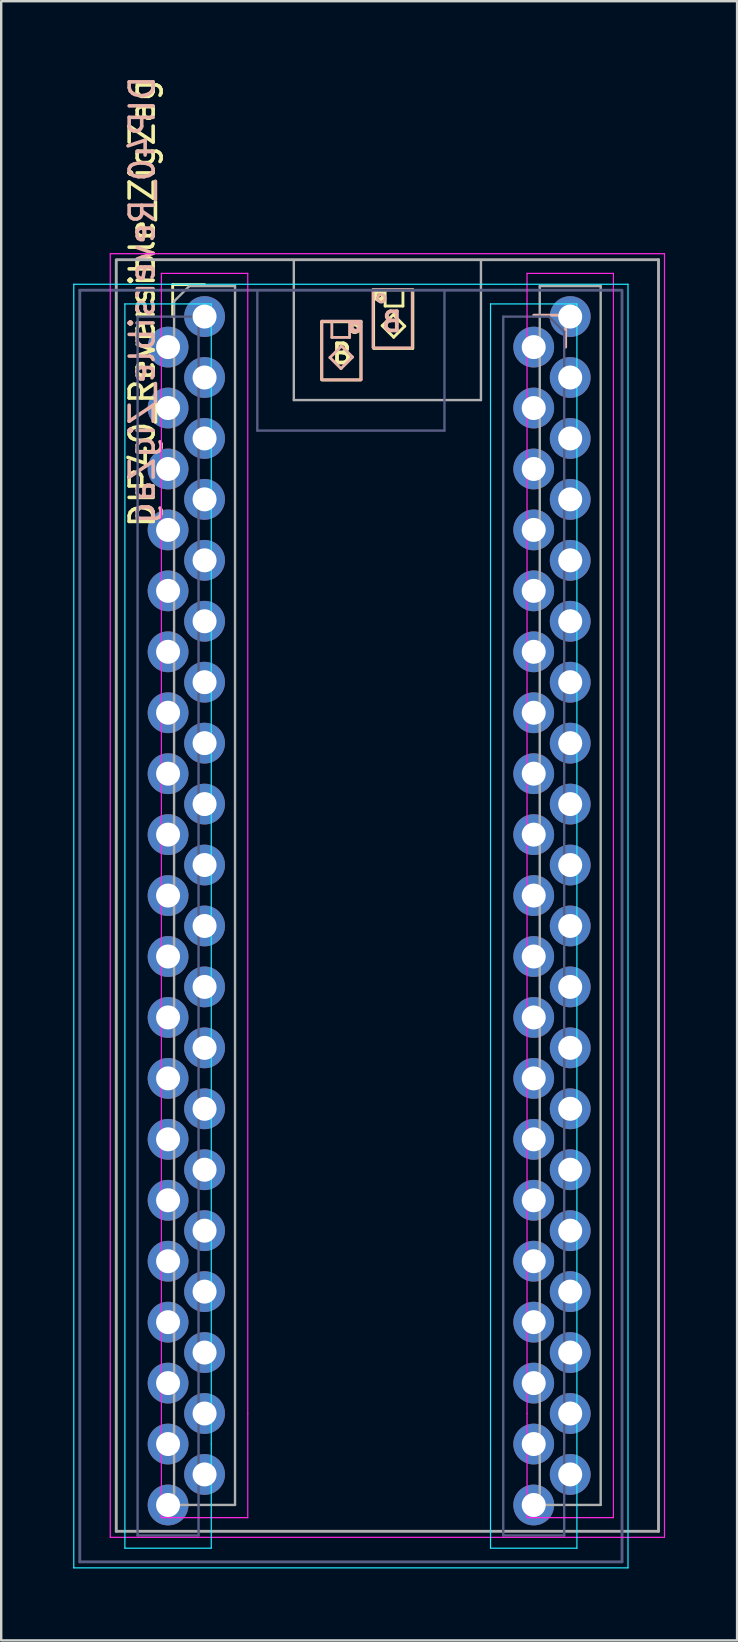
<source format=kicad_pcb>
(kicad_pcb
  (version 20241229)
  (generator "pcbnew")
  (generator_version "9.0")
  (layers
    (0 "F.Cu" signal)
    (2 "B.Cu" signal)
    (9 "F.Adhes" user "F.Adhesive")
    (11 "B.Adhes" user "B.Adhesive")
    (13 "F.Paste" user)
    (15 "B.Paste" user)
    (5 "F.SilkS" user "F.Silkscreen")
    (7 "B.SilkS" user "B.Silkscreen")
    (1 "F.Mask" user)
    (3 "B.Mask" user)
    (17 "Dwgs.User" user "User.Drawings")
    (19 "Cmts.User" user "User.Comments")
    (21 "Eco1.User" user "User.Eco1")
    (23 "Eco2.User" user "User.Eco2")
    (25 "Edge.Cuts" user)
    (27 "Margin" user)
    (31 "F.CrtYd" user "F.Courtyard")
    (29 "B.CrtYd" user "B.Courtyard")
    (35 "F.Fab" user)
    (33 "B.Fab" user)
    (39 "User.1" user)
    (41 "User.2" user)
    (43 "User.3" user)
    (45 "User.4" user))
  (footprint "DIP40_Reversible_ZigZag"
    (layer "F.Cu")
    (at 5.476 10.144)
    (property "Reference" "DIP40_Reversible_ZigZag" (at -2.598 -0.559 270) (layer "F.SilkS") (effects (font (size 1 1) (thickness 0.15))))
    (attr through_hole)
    (fp_line (start -1.33 -1.33) (end 0 -1.33) (stroke (width 0.12) (type solid)) (layer "F.SilkS"))
    (fp_line (start -1.33 0) (end -1.33 -1.33) (stroke (width 0.12) (type solid)) (layer "F.SilkS"))
    (fp_line (start 4.879 0.239) (end 4.879 2.631) (stroke (width 0.12) (type solid)) (layer "F.SilkS"))
    (fp_line (start 4.9 2.642) (end 6.507 2.642) (stroke (width 0.12) (type solid)) (layer "F.SilkS"))
    (fp_line (start 6.515 0.218) (end 4.879 0.218) (stroke (width 0.12) (type solid)) (layer "F.SilkS"))
    (fp_line (start 6.515 2.621) (end 6.515 0.218) (stroke (width 0.12) (type solid)) (layer "F.SilkS"))
    (fp_line (start 7.046 -1.095) (end 7.046 1.308) (stroke (width 0.12) (type solid)) (layer "F.SilkS"))
    (fp_line (start 7.048 1.328) (end 8.674 1.328) (stroke (width 0.12) (type solid)) (layer "F.SilkS"))
    (fp_line (start 7.404 0.381) (end 7.884 0.861) (stroke (width 0.12) (type solid)) (layer "F.SilkS"))
    (fp_line (start 7.526 -1.072) (end 7.526 -0.439) (stroke (width 0.12) (type solid)) (layer "F.SilkS"))
    (fp_line (start 7.526 -0.439) (end 8.268 -0.439) (stroke (width 0.12) (type solid)) (layer "F.SilkS"))
    (fp_line (start 7.884 -0.099) (end 7.404 0.381) (stroke (width 0.12) (type solid)) (layer "F.SilkS"))
    (fp_line (start 7.884 0.861) (end 8.344 0.401) (stroke (width 0.12) (type solid)) (layer "F.SilkS"))
    (fp_line (start 8.268 -0.439) (end 8.268 -1.095) (stroke (width 0.12) (type solid)) (layer "F.SilkS"))
    (fp_line (start 8.344 0.401) (end 7.91 -0.033) (stroke (width 0.12) (type solid)) (layer "F.SilkS"))
    (fp_line (start 8.682 -1.115) (end 7.046 -1.115) (stroke (width 0.12) (type solid)) (layer "F.SilkS"))
    (fp_line (start 8.682 1.318) (end 8.682 -1.115) (stroke (width 0.12) (type solid)) (layer "F.SilkS"))
    (fp_circle (center 6.251 0.508) (end 6.41 0.508) (stroke (width 0.12) (type solid)) (fill no) (layer "F.SilkS"))
    (fp_circle (center 7.277 -0.876) (end 7.356 -0.876) (stroke (width 0.18) (type solid)) (fill no) (layer "F.SilkS"))
    (fp_line (start 4.889 0.193) (end 6.525 0.193) (stroke (width 0.12) (type solid)) (layer "B.SilkS"))
    (fp_line (start 4.889 2.626) (end 4.889 0.193) (stroke (width 0.12) (type solid)) (layer "B.SilkS"))
    (fp_line (start 5.227 1.709) (end 5.662 1.275) (stroke (width 0.12) (type solid)) (layer "B.SilkS"))
    (fp_line (start 5.304 0.869) (end 5.304 0.213) (stroke (width 0.12) (type solid)) (layer "B.SilkS"))
    (fp_line (start 5.687 1.209) (end 6.167 1.689) (stroke (width 0.12) (type solid)) (layer "B.SilkS"))
    (fp_line (start 5.687 2.169) (end 5.227 1.709) (stroke (width 0.12) (type solid)) (layer "B.SilkS"))
    (fp_line (start 6.045 0.236) (end 6.045 0.869) (stroke (width 0.12) (type solid)) (layer "B.SilkS"))
    (fp_line (start 6.045 0.869) (end 5.304 0.869) (stroke (width 0.12) (type solid)) (layer "B.SilkS"))
    (fp_line (start 6.167 1.689) (end 5.687 2.169) (stroke (width 0.12) (type solid)) (layer "B.SilkS"))
    (fp_line (start 6.523 2.637) (end 4.897 2.637) (stroke (width 0.12) (type solid)) (layer "B.SilkS"))
    (fp_line (start 6.525 0.213) (end 6.525 2.616) (stroke (width 0.12) (type solid)) (layer "B.SilkS"))
    (fp_line (start 7.021 -1.12) (end 8.656 -1.12) (stroke (width 0.12) (type solid)) (layer "B.SilkS"))
    (fp_line (start 7.021 1.283) (end 7.021 -1.12) (stroke (width 0.12) (type solid)) (layer "B.SilkS"))
    (fp_line (start 8.636 1.303) (end 7.028 1.303) (stroke (width 0.12) (type solid)) (layer "B.SilkS"))
    (fp_line (start 8.656 -1.1) (end 8.656 1.293) (stroke (width 0.12) (type solid)) (layer "B.SilkS"))
    (fp_line (start 15.049 -0.057) (end 13.719 -0.057) (stroke (width 0.12) (type solid)) (layer "B.SilkS"))
    (fp_line (start 15.049 1.273) (end 15.049 -0.057) (stroke (width 0.12) (type solid)) (layer "B.SilkS"))
    (fp_circle (center 6.294 0.432) (end 6.373 0.432) (stroke (width 0.2) (type solid)) (fill no) (layer "B.SilkS"))
    (fp_circle (center 7.366 -0.762) (end 7.525 -0.762) (stroke (width 0.12) (type solid)) (fill no) (layer "B.SilkS"))
    (fp_line (start -5.451 -1.347) (end -5.451 52.153) (stroke (width 0.05) (type solid)) (layer "B.CrtYd"))
    (fp_line (start -5.451 52.153) (end 17.649 52.153) (stroke (width 0.05) (type solid)) (layer "B.CrtYd"))
    (fp_line (start -3.321 -0.527) (end -3.321 51.333) (stroke (width 0.05) (type solid)) (layer "B.CrtYd"))
    (fp_line (start -3.321 51.333) (end 0.279 51.333) (stroke (width 0.05) (type solid)) (layer "B.CrtYd"))
    (fp_line (start 0.279 -0.527) (end -3.321 -0.527) (stroke (width 0.05) (type solid)) (layer "B.CrtYd"))
    (fp_line (start 0.279 -0.527) (end 0.279 46.993) (stroke (width 0.05) (type solid)) (layer "B.CrtYd"))
    (fp_line (start 0.279 46.993) (end 0.279 51.333) (stroke (width 0.05) (type solid)) (layer "B.CrtYd"))
    (fp_line (start 11.919 -0.527) (end 11.919 46.993) (stroke (width 0.05) (type solid)) (layer "B.CrtYd"))
    (fp_line (start 11.919 -0.527) (end 15.519 -0.527) (stroke (width 0.05) (type solid)) (layer "B.CrtYd"))
    (fp_line (start 11.919 46.993) (end 11.919 51.333) (stroke (width 0.05) (type solid)) (layer "B.CrtYd"))
    (fp_line (start 15.519 -0.527) (end 15.519 51.333) (stroke (width 0.05) (type solid)) (layer "B.CrtYd"))
    (fp_line (start 15.519 51.333) (end 11.919 51.333) (stroke (width 0.05) (type solid)) (layer "B.CrtYd"))
    (fp_line (start 17.649 -1.347) (end -5.451 -1.347) (stroke (width 0.05) (type solid)) (layer "B.CrtYd"))
    (fp_line (start 17.649 52.153) (end 17.649 -1.347) (stroke (width 0.05) (type solid)) (layer "B.CrtYd"))
    (fp_line (start -3.93 -2.62) (end 19.17 -2.62) (stroke (width 0.05) (type solid)) (layer "F.CrtYd"))
    (fp_line (start -3.93 50.88) (end -3.93 -2.62) (stroke (width 0.05) (type solid)) (layer "F.CrtYd"))
    (fp_line (start -1.8 -1.8) (end -1.8 50.06) (stroke (width 0.05) (type solid)) (layer "F.CrtYd"))
    (fp_line (start -1.8 50.06) (end 1.8 50.06) (stroke (width 0.05) (type solid)) (layer "F.CrtYd"))
    (fp_line (start 1.8 -1.8) (end -1.8 -1.8) (stroke (width 0.05) (type solid)) (layer "F.CrtYd"))
    (fp_line (start 1.8 -1.8) (end 1.8 45.72) (stroke (width 0.05) (type solid)) (layer "F.CrtYd"))
    (fp_line (start 1.8 45.72) (end 1.8 50.06) (stroke (width 0.05) (type solid)) (layer "F.CrtYd"))
    (fp_line (start 13.44 -1.8) (end 13.44 45.72) (stroke (width 0.05) (type solid)) (layer "F.CrtYd"))
    (fp_line (start 13.44 -1.8) (end 17.04 -1.8) (stroke (width 0.05) (type solid)) (layer "F.CrtYd"))
    (fp_line (start 13.44 45.72) (end 13.44 50.06) (stroke (width 0.05) (type solid)) (layer "F.CrtYd"))
    (fp_line (start 17.04 -1.8) (end 17.04 50.06) (stroke (width 0.05) (type solid)) (layer "F.CrtYd"))
    (fp_line (start 17.04 50.06) (end 13.44 50.06) (stroke (width 0.05) (type solid)) (layer "F.CrtYd"))
    (fp_line (start 19.17 -2.62) (end 19.17 50.88) (stroke (width 0.05) (type solid)) (layer "F.CrtYd"))
    (fp_line (start 19.17 50.88) (end -3.93 50.88) (stroke (width 0.05) (type solid)) (layer "F.CrtYd"))
    (fp_line (start -5.201 -1.097) (end -5.201 51.903) (stroke (width 0.12) (type solid)) (layer "B.Fab"))
    (fp_line (start -2.791 0.003) (end -2.791 50.803) (stroke (width 0.1) (type solid)) (layer "B.Fab"))
    (fp_line (start -2.791 50.803) (end -0.251 50.803) (stroke (width 0.1) (type solid)) (layer "B.Fab"))
    (fp_line (start -0.251 0.003) (end -2.791 0.003) (stroke (width 0.1) (type solid)) (layer "B.Fab"))
    (fp_line (start -0.251 50.803) (end -0.251 0.003) (stroke (width 0.1) (type solid)) (layer "B.Fab"))
    (fp_line (start 2.199 4.753) (end 2.199 -1.047) (stroke (width 0.1) (type solid)) (layer "B.Fab"))
    (fp_line (start 9.999 4.753) (end 2.199 4.753) (stroke (width 0.1) (type solid)) (layer "B.Fab"))
    (fp_line (start 9.999 4.753) (end 9.999 -1.047) (stroke (width 0.1) (type solid)) (layer "B.Fab"))
    (fp_line (start 12.449 0.003) (end 12.449 50.803) (stroke (width 0.1) (type solid)) (layer "B.Fab"))
    (fp_line (start 12.449 50.803) (end 14.989 50.803) (stroke (width 0.1) (type solid)) (layer "B.Fab"))
    (fp_line (start 14.354 0.003) (end 12.449 0.003) (stroke (width 0.1) (type solid)) (layer "B.Fab"))
    (fp_line (start 14.989 0.638) (end 14.354 0.003) (stroke (width 0.1) (type solid)) (layer "B.Fab"))
    (fp_line (start 14.989 50.803) (end 14.989 0.638) (stroke (width 0.1) (type solid)) (layer "B.Fab"))
    (fp_line (start 17.399 -1.097) (end -5.201 -1.097) (stroke (width 0.12) (type solid)) (layer "B.Fab"))
    (fp_line (start 17.399 51.903) (end -5.201 51.903) (stroke (width 0.12) (type solid)) (layer "B.Fab"))
    (fp_line (start 17.399 51.903) (end 17.399 -1.047) (stroke (width 0.12) (type solid)) (layer "B.Fab"))
    (fp_line (start -3.68 -2.37) (end 18.92 -2.37) (stroke (width 0.12) (type solid)) (layer "F.Fab"))
    (fp_line (start -3.68 50.63) (end -3.68 -2.32) (stroke (width 0.12) (type solid)) (layer "F.Fab"))
    (fp_line (start -3.68 50.63) (end 18.92 50.63) (stroke (width 0.12) (type solid)) (layer "F.Fab"))
    (fp_line (start -1.27 -0.635) (end -0.635 -1.27) (stroke (width 0.1) (type solid)) (layer "F.Fab"))
    (fp_line (start -1.27 49.53) (end -1.27 -0.635) (stroke (width 0.1) (type solid)) (layer "F.Fab"))
    (fp_line (start -0.635 -1.27) (end 1.27 -1.27) (stroke (width 0.1) (type solid)) (layer "F.Fab"))
    (fp_line (start 1.27 -1.27) (end 1.27 49.53) (stroke (width 0.1) (type solid)) (layer "F.Fab"))
    (fp_line (start 1.27 49.53) (end -1.27 49.53) (stroke (width 0.1) (type solid)) (layer "F.Fab"))
    (fp_line (start 3.72 3.48) (end 3.72 -2.32) (stroke (width 0.1) (type solid)) (layer "F.Fab"))
    (fp_line (start 3.72 3.48) (end 11.52 3.48) (stroke (width 0.1) (type solid)) (layer "F.Fab"))
    (fp_line (start 11.52 3.48) (end 11.52 -2.32) (stroke (width 0.1) (type solid)) (layer "F.Fab"))
    (fp_line (start 13.97 -1.27) (end 16.51 -1.27) (stroke (width 0.1) (type solid)) (layer "F.Fab"))
    (fp_line (start 13.97 49.53) (end 13.97 -1.27) (stroke (width 0.1) (type solid)) (layer "F.Fab"))
    (fp_line (start 16.51 -1.27) (end 16.51 49.53) (stroke (width 0.1) (type solid)) (layer "F.Fab"))
    (fp_line (start 16.51 49.53) (end 13.97 49.53) (stroke (width 0.1) (type solid)) (layer "F.Fab"))
    (fp_line (start 18.92 -2.37) (end 18.92 50.63) (stroke (width 0.12) (type solid)) (layer "F.Fab"))
    (fp_text user "B" (at 5.73 1.554 0) (layer "F.SilkS") (effects (font (size 0.8 0.8) (thickness 0.16))))
    (fp_text user "B" (at 7.805 0.216 180) (layer "B.SilkS") (effects (font (size 0.8 0.8) (thickness 0.16)) (justify mirror)))
    (fp_text user "${REFERENCE}" (at -2.598 -0.686 270) (layer "B.SilkS") (effects (font (size 1 1) (thickness 0.15)) (justify mirror)))
    (pad "1" thru_hole circle (at 0 0) (size 1.7 1.7) (drill 1) (layers "*.Cu" "*.Mask"))
    (pad "1" thru_hole circle (at 13.719 1.273 180) (size 1.7 1.7) (drill 1) (layers "*.Cu" "*.Mask"))
    (pad "2" thru_hole circle (at 0 2.54) (size 1.7 1.7) (drill 1) (layers "*.Cu" "*.Mask"))
    (pad "2" thru_hole circle (at 13.719 3.813 180) (size 1.7 1.7) (drill 1) (layers "*.Cu" "*.Mask"))
    (pad "3" thru_hole circle (at 0 5.08) (size 1.7 1.7) (drill 1) (layers "*.Cu" "*.Mask"))
    (pad "3" thru_hole circle (at 13.719 6.353 180) (size 1.7 1.7) (drill 1) (layers "*.Cu" "*.Mask"))
    (pad "4" thru_hole circle (at 0 7.62) (size 1.7 1.7) (drill 1) (layers "*.Cu" "*.Mask"))
    (pad "4" thru_hole circle (at 13.719 8.893 180) (size 1.7 1.7) (drill 1) (layers "*.Cu" "*.Mask"))
    (pad "5" thru_hole circle (at 0 10.16) (size 1.7 1.7) (drill 1) (layers "*.Cu" "*.Mask"))
    (pad "5" thru_hole circle (at 13.719 11.433 180) (size 1.7 1.7) (drill 1) (layers "*.Cu" "*.Mask"))
    (pad "6" thru_hole circle (at 0 12.7) (size 1.7 1.7) (drill 1) (layers "*.Cu" "*.Mask"))
    (pad "6" thru_hole circle (at 13.719 13.973 180) (size 1.7 1.7) (drill 1) (layers "*.Cu" "*.Mask"))
    (pad "7" thru_hole circle (at 0 15.24) (size 1.7 1.7) (drill 1) (layers "*.Cu" "*.Mask"))
    (pad "7" thru_hole circle (at 13.719 16.513 180) (size 1.7 1.7) (drill 1) (layers "*.Cu" "*.Mask"))
    (pad "8" thru_hole circle (at 0 17.78) (size 1.7 1.7) (drill 1) (layers "*.Cu" "*.Mask"))
    (pad "8" thru_hole circle (at 13.719 19.053 180) (size 1.7 1.7) (drill 1) (layers "*.Cu" "*.Mask"))
    (pad "9" thru_hole circle (at 0 20.32) (size 1.7 1.7) (drill 1) (layers "*.Cu" "*.Mask"))
    (pad "9" thru_hole circle (at 13.719 21.593 180) (size 1.7 1.7) (drill 1) (layers "*.Cu" "*.Mask"))
    (pad "10" thru_hole circle (at 0 22.86) (size 1.7 1.7) (drill 1) (layers "*.Cu" "*.Mask"))
    (pad "10" thru_hole circle (at 13.719 24.133 180) (size 1.7 1.7) (drill 1) (layers "*.Cu" "*.Mask"))
    (pad "11" thru_hole circle (at 0 25.4) (size 1.7 1.7) (drill 1) (layers "*.Cu" "*.Mask"))
    (pad "11" thru_hole circle (at 13.719 26.673 180) (size 1.7 1.7) (drill 1) (layers "*.Cu" "*.Mask"))
    (pad "12" thru_hole circle (at 0 27.94) (size 1.7 1.7) (drill 1) (layers "*.Cu" "*.Mask"))
    (pad "12" thru_hole circle (at 13.719 29.213 180) (size 1.7 1.7) (drill 1) (layers "*.Cu" "*.Mask"))
    (pad "13" thru_hole circle (at 0 30.48) (size 1.7 1.7) (drill 1) (layers "*.Cu" "*.Mask"))
    (pad "13" thru_hole circle (at 13.719 31.753 180) (size 1.7 1.7) (drill 1) (layers "*.Cu" "*.Mask"))
    (pad "14" thru_hole circle (at 0 33.02) (size 1.7 1.7) (drill 1) (layers "*.Cu" "*.Mask"))
    (pad "14" thru_hole circle (at 13.719 34.293 180) (size 1.7 1.7) (drill 1) (layers "*.Cu" "*.Mask"))
    (pad "15" thru_hole circle (at 0 35.56) (size 1.7 1.7) (drill 1) (layers "*.Cu" "*.Mask"))
    (pad "15" thru_hole circle (at 13.719 36.833 180) (size 1.7 1.7) (drill 1) (layers "*.Cu" "*.Mask"))
    (pad "16" thru_hole circle (at 0 38.1) (size 1.7 1.7) (drill 1) (layers "*.Cu" "*.Mask"))
    (pad "16" thru_hole circle (at 13.719 39.373 180) (size 1.7 1.7) (drill 1) (layers "*.Cu" "*.Mask"))
    (pad "17" thru_hole circle (at 0 40.64) (size 1.7 1.7) (drill 1) (layers "*.Cu" "*.Mask"))
    (pad "17" thru_hole circle (at 13.719 41.913 180) (size 1.7 1.7) (drill 1) (layers "*.Cu" "*.Mask"))
    (pad "18" thru_hole circle (at 0 43.18) (size 1.7 1.7) (drill 1) (layers "*.Cu" "*.Mask"))
    (pad "18" thru_hole circle (at 13.719 44.453 180) (size 1.7 1.7) (drill 1) (layers "*.Cu" "*.Mask"))
    (pad "19" thru_hole circle (at 0 45.72) (size 1.7 1.7) (drill 1) (layers "*.Cu" "*.Mask"))
    (pad "19" thru_hole circle (at 13.719 46.993 180) (size 1.7 1.7) (drill 1) (layers "*.Cu" "*.Mask"))
    (pad "20" thru_hole circle (at 0 48.26) (size 1.7 1.7) (drill 1) (layers "*.Cu" "*.Mask"))
    (pad "20" thru_hole circle (at 13.719 49.533 180) (size 1.7 1.7) (drill 1) (layers "*.Cu" "*.Mask"))
    (pad "21" thru_hole circle (at -1.521 49.533 180) (size 1.7 1.7) (drill 1) (layers "*.Cu" "*.Mask"))
    (pad "21" thru_hole circle (at 15.24 48.26) (size 1.7 1.7) (drill 1) (layers "*.Cu" "*.Mask"))
    (pad "22" thru_hole circle (at -1.521 46.993 180) (size 1.7 1.7) (drill 1) (layers "*.Cu" "*.Mask"))
    (pad "22" thru_hole circle (at 15.24 45.72) (size 1.7 1.7) (drill 1) (layers "*.Cu" "*.Mask"))
    (pad "23" thru_hole circle (at -1.521 44.453 180) (size 1.7 1.7) (drill 1) (layers "*.Cu" "*.Mask"))
    (pad "23" thru_hole circle (at 15.24 43.18) (size 1.7 1.7) (drill 1) (layers "*.Cu" "*.Mask"))
    (pad "24" thru_hole circle (at -1.521 41.913 180) (size 1.7 1.7) (drill 1) (layers "*.Cu" "*.Mask"))
    (pad "24" thru_hole circle (at 15.24 40.64) (size 1.7 1.7) (drill 1) (layers "*.Cu" "*.Mask"))
    (pad "25" thru_hole circle (at -1.521 39.373 180) (size 1.7 1.7) (drill 1) (layers "*.Cu" "*.Mask"))
    (pad "25" thru_hole circle (at 15.24 38.1) (size 1.7 1.7) (drill 1) (layers "*.Cu" "*.Mask"))
    (pad "26" thru_hole circle (at -1.521 36.833 180) (size 1.7 1.7) (drill 1) (layers "*.Cu" "*.Mask"))
    (pad "26" thru_hole circle (at 15.24 35.56) (size 1.7 1.7) (drill 1) (layers "*.Cu" "*.Mask"))
    (pad "27" thru_hole circle (at -1.521 34.293 180) (size 1.7 1.7) (drill 1) (layers "*.Cu" "*.Mask"))
    (pad "27" thru_hole circle (at 15.24 33.02) (size 1.7 1.7) (drill 1) (layers "*.Cu" "*.Mask"))
    (pad "28" thru_hole circle (at -1.521 31.753 180) (size 1.7 1.7) (drill 1) (layers "*.Cu" "*.Mask"))
    (pad "28" thru_hole circle (at 15.24 30.48) (size 1.7 1.7) (drill 1) (layers "*.Cu" "*.Mask"))
    (pad "29" thru_hole circle (at -1.521 29.213 180) (size 1.7 1.7) (drill 1) (layers "*.Cu" "*.Mask"))
    (pad "29" thru_hole circle (at 15.24 27.94) (size 1.7 1.7) (drill 1) (layers "*.Cu" "*.Mask"))
    (pad "30" thru_hole circle (at -1.521 26.673 180) (size 1.7 1.7) (drill 1) (layers "*.Cu" "*.Mask"))
    (pad "30" thru_hole circle (at 15.24 25.4) (size 1.7 1.7) (drill 1) (layers "*.Cu" "*.Mask"))
    (pad "31" thru_hole circle (at -1.521 24.133 180) (size 1.7 1.7) (drill 1) (layers "*.Cu" "*.Mask"))
    (pad "31" thru_hole circle (at 15.24 22.86) (size 1.7 1.7) (drill 1) (layers "*.Cu" "*.Mask"))
    (pad "32" thru_hole circle (at -1.521 21.593 180) (size 1.7 1.7) (drill 1) (layers "*.Cu" "*.Mask"))
    (pad "32" thru_hole circle (at 15.24 20.32) (size 1.7 1.7) (drill 1) (layers "*.Cu" "*.Mask"))
    (pad "33" thru_hole circle (at -1.521 19.053 180) (size 1.7 1.7) (drill 1) (layers "*.Cu" "*.Mask"))
    (pad "33" thru_hole circle (at 15.24 17.78) (size 1.7 1.7) (drill 1) (layers "*.Cu" "*.Mask"))
    (pad "34" thru_hole circle (at -1.521 16.513 180) (size 1.7 1.7) (drill 1) (layers "*.Cu" "*.Mask"))
    (pad "34" thru_hole circle (at 15.24 15.24) (size 1.7 1.7) (drill 1) (layers "*.Cu" "*.Mask"))
    (pad "35" thru_hole circle (at -1.521 13.973 180) (size 1.7 1.7) (drill 1) (layers "*.Cu" "*.Mask"))
    (pad "35" thru_hole circle (at 15.24 12.7) (size 1.7 1.7) (drill 1) (layers "*.Cu" "*.Mask"))
    (pad "36" thru_hole circle (at -1.521 11.433 180) (size 1.7 1.7) (drill 1) (layers "*.Cu" "*.Mask"))
    (pad "36" thru_hole circle (at 15.24 10.16) (size 1.7 1.7) (drill 1) (layers "*.Cu" "*.Mask"))
    (pad "37" thru_hole circle (at -1.521 8.893 180) (size 1.7 1.7) (drill 1) (layers "*.Cu" "*.Mask"))
    (pad "37" thru_hole circle (at 15.24 7.62) (size 1.7 1.7) (drill 1) (layers "*.Cu" "*.Mask"))
    (pad "38" thru_hole circle (at -1.521 6.353 180) (size 1.7 1.7) (drill 1) (layers "*.Cu" "*.Mask"))
    (pad "38" thru_hole circle (at 15.24 5.08) (size 1.7 1.7) (drill 1) (layers "*.Cu" "*.Mask"))
    (pad "39" thru_hole circle (at -1.521 3.813 180) (size 1.7 1.7) (drill 1) (layers "*.Cu" "*.Mask"))
    (pad "39" thru_hole circle (at 15.24 2.54) (size 1.7 1.7) (drill 1) (layers "*.Cu" "*.Mask"))
    (pad "40" thru_hole circle (at -1.521 1.273 180) (size 1.7 1.7) (drill 1) (layers "*.Cu" "*.Mask"))
    (pad "40" thru_hole circle (at 15.24 0) (size 1.7 1.7) (drill 1) (layers "*.Cu" "*.Mask")))
  (gr_rect
    (start -3 -3)
    (end 27.671 65.322)
    (stroke (width 0.1) (type default))
    (fill no)
    (layer "Edge.Cuts")))
</source>
